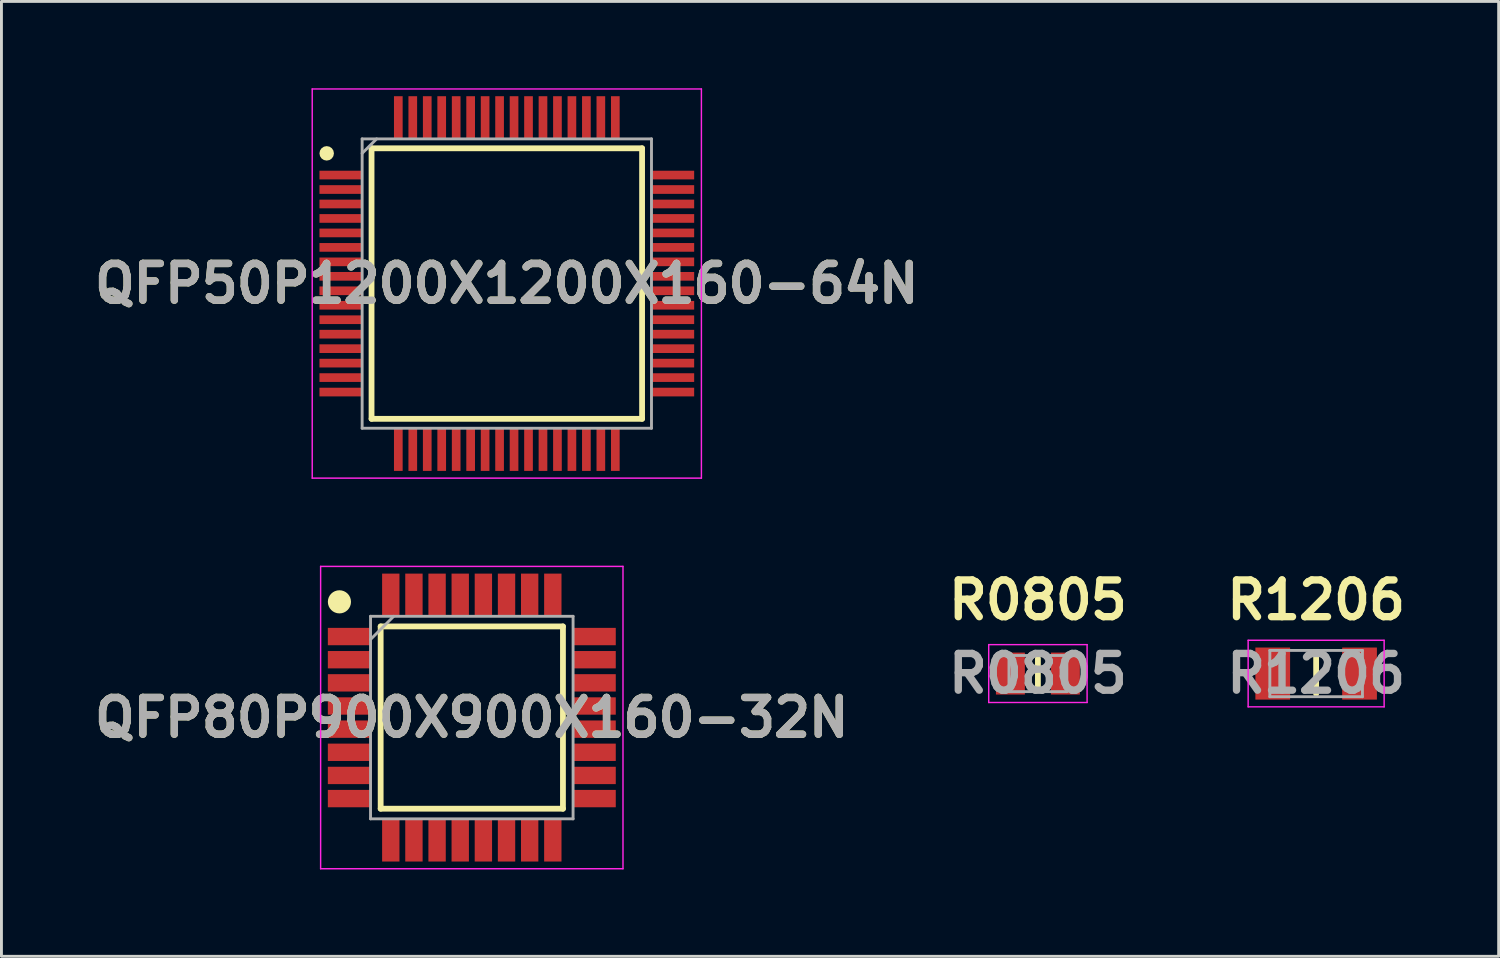
<source format=kicad_pcb>
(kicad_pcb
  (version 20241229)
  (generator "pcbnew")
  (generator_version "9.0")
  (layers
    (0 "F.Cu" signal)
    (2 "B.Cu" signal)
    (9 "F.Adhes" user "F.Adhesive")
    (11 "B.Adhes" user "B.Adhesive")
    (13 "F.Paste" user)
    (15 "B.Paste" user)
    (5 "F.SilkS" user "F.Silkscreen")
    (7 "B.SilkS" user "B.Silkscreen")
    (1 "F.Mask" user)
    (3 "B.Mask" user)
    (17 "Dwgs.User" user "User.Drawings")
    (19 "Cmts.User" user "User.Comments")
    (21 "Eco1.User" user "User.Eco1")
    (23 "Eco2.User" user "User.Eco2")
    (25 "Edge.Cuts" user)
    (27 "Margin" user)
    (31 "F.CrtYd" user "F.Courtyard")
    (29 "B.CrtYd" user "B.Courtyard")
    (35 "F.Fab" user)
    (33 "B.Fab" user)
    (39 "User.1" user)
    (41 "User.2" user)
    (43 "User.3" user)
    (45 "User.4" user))
  (footprint "R1206"
    (layer "F.Cu")
    (at 42.437 20.229)
    (property "Reference" "R1206" (at 0 -2.54 0) (layer "F.SilkS") (effects (font (size 1.27 1.27) (thickness 0.254))))
    (attr smd)
    (fp_line (start 0 -0.7) (end 0 0.7) (stroke (width 0.2) (type solid)) (layer "F.SilkS"))
    (fp_line (start -2.35 -1.15) (end 2.35 -1.15) (stroke (width 0.05) (type solid)) (layer "F.CrtYd"))
    (fp_line (start -2.35 1.15) (end -2.35 -1.15) (stroke (width 0.05) (type solid)) (layer "F.CrtYd"))
    (fp_line (start 2.35 -1.15) (end 2.35 1.15) (stroke (width 0.05) (type solid)) (layer "F.CrtYd"))
    (fp_line (start 2.35 1.15) (end -2.35 1.15) (stroke (width 0.05) (type solid)) (layer "F.CrtYd"))
    (fp_line (start -1.6 -0.8) (end 1.6 -0.8) (stroke (width 0.1) (type solid)) (layer "F.Fab"))
    (fp_line (start -1.6 0.8) (end -1.6 -0.8) (stroke (width 0.1) (type solid)) (layer "F.Fab"))
    (fp_line (start 1.6 -0.8) (end 1.6 0.8) (stroke (width 0.1) (type solid)) (layer "F.Fab"))
    (fp_line (start 1.6 0.8) (end -1.6 0.8) (stroke (width 0.1) (type solid)) (layer "F.Fab"))
    (fp_text user "${REFERENCE}" (at 0 0 0) (layer "F.Fab") (effects (font (size 1.27 1.27) (thickness 0.254))))
    (pad "1" smd rect (at -1.5 0) (size 1.2 1.8) (layers "F.Cu" "F.Mask" "F.Paste"))
    (pad "2" smd rect (at 1.5 0) (size 1.2 1.8) (layers "F.Cu" "F.Mask" "F.Paste")))
  (footprint "R0805"
    (layer "F.Cu")
    (at 32.821 20.229)
    (property "Reference" "R0805" (at 0 -2.54 0) (layer "F.SilkS") (effects (font (size 1.27 1.27) (thickness 0.254))))
    (attr smd)
    (fp_line (start 0 -0.525) (end 0 0.525) (stroke (width 0.2) (type solid)) (layer "F.SilkS"))
    (fp_line (start -1.7 -1) (end 1.7 -1) (stroke (width 0.05) (type solid)) (layer "F.CrtYd"))
    (fp_line (start -1.7 1) (end -1.7 -1) (stroke (width 0.05) (type solid)) (layer "F.CrtYd"))
    (fp_line (start 1.7 -1) (end 1.7 1) (stroke (width 0.05) (type solid)) (layer "F.CrtYd"))
    (fp_line (start 1.7 1) (end -1.7 1) (stroke (width 0.05) (type solid)) (layer "F.CrtYd"))
    (fp_line (start -1 -0.625) (end 1 -0.625) (stroke (width 0.1) (type solid)) (layer "F.Fab"))
    (fp_line (start -1 0.625) (end -1 -0.625) (stroke (width 0.1) (type solid)) (layer "F.Fab"))
    (fp_line (start 1 -0.625) (end 1 0.625) (stroke (width 0.1) (type solid)) (layer "F.Fab"))
    (fp_line (start 1 0.625) (end -1 0.625) (stroke (width 0.1) (type solid)) (layer "F.Fab"))
    (fp_text user "${REFERENCE}" (at 0 0 0) (layer "F.Fab") (effects (font (size 1.27 1.27) (thickness 0.254))))
    (pad "1" smd rect (at -0.95 0) (size 1 1.45) (layers "F.Cu" "F.Mask" "F.Paste"))
    (pad "2" smd rect (at 0.95 0) (size 1 1.45) (layers "F.Cu" "F.Mask" "F.Paste")))
  (footprint "QFP50P1200X1200X160-64N"
    (layer "F.Cu")
    (at 14.466 6.75)
    (property "Reference" "QFP50P1200X1200X160-64N" (at 0 0 0) (layer "F.SilkS") (effects (font (size 1.27 1.27) (thickness 0.254))))
    (attr smd)
    (fp_line (start -4.675 -4.675) (end 4.675 -4.675) (stroke (width 0.2) (type solid)) (layer "F.SilkS"))
    (fp_line (start -4.675 4.675) (end -4.675 -4.675) (stroke (width 0.2) (type solid)) (layer "F.SilkS"))
    (fp_line (start 4.675 -4.675) (end 4.675 4.675) (stroke (width 0.2) (type solid)) (layer "F.SilkS"))
    (fp_line (start 4.675 4.675) (end -4.675 4.675) (stroke (width 0.2) (type solid)) (layer "F.SilkS"))
    (fp_circle (center -6.225 -4.5) (end -6.225 -4.375) (stroke (width 0.25) (type solid)) (fill no) (layer "F.SilkS"))
    (fp_line (start -6.725 -6.725) (end 6.725 -6.725) (stroke (width 0.05) (type solid)) (layer "F.CrtYd"))
    (fp_line (start -6.725 6.725) (end -6.725 -6.725) (stroke (width 0.05) (type solid)) (layer "F.CrtYd"))
    (fp_line (start 6.725 -6.725) (end 6.725 6.725) (stroke (width 0.05) (type solid)) (layer "F.CrtYd"))
    (fp_line (start 6.725 6.725) (end -6.725 6.725) (stroke (width 0.05) (type solid)) (layer "F.CrtYd"))
    (fp_line (start -5 -5) (end 5 -5) (stroke (width 0.1) (type solid)) (layer "F.Fab"))
    (fp_line (start -5 -4.5) (end -4.5 -5) (stroke (width 0.1) (type solid)) (layer "F.Fab"))
    (fp_line (start -5 5) (end -5 -5) (stroke (width 0.1) (type solid)) (layer "F.Fab"))
    (fp_line (start 5 -5) (end 5 5) (stroke (width 0.1) (type solid)) (layer "F.Fab"))
    (fp_line (start 5 5) (end -5 5) (stroke (width 0.1) (type solid)) (layer "F.Fab"))
    (fp_text user "${REFERENCE}" (at 0 0 0) (layer "F.Fab") (effects (font (size 1.27 1.27) (thickness 0.254))))
    (pad "1" smd rect (at -5.75 -3.75 90) (size 0.3 1.45) (layers "F.Cu" "F.Mask" "F.Paste"))
    (pad "2" smd rect (at -5.75 -3.25 90) (size 0.3 1.45) (layers "F.Cu" "F.Mask" "F.Paste"))
    (pad "3" smd rect (at -5.75 -2.75 90) (size 0.3 1.45) (layers "F.Cu" "F.Mask" "F.Paste"))
    (pad "4" smd rect (at -5.75 -2.25 90) (size 0.3 1.45) (layers "F.Cu" "F.Mask" "F.Paste"))
    (pad "5" smd rect (at -5.75 -1.75 90) (size 0.3 1.45) (layers "F.Cu" "F.Mask" "F.Paste"))
    (pad "6" smd rect (at -5.75 -1.25 90) (size 0.3 1.45) (layers "F.Cu" "F.Mask" "F.Paste"))
    (pad "7" smd rect (at -5.75 -0.75 90) (size 0.3 1.45) (layers "F.Cu" "F.Mask" "F.Paste"))
    (pad "8" smd rect (at -5.75 -0.25 90) (size 0.3 1.45) (layers "F.Cu" "F.Mask" "F.Paste"))
    (pad "9" smd rect (at -5.75 0.25 90) (size 0.3 1.45) (layers "F.Cu" "F.Mask" "F.Paste"))
    (pad "10" smd rect (at -5.75 0.75 90) (size 0.3 1.45) (layers "F.Cu" "F.Mask" "F.Paste"))
    (pad "11" smd rect (at -5.75 1.25 90) (size 0.3 1.45) (layers "F.Cu" "F.Mask" "F.Paste"))
    (pad "12" smd rect (at -5.75 1.75 90) (size 0.3 1.45) (layers "F.Cu" "F.Mask" "F.Paste"))
    (pad "13" smd rect (at -5.75 2.25 90) (size 0.3 1.45) (layers "F.Cu" "F.Mask" "F.Paste"))
    (pad "14" smd rect (at -5.75 2.75 90) (size 0.3 1.45) (layers "F.Cu" "F.Mask" "F.Paste"))
    (pad "15" smd rect (at -5.75 3.25 90) (size 0.3 1.45) (layers "F.Cu" "F.Mask" "F.Paste"))
    (pad "16" smd rect (at -5.75 3.75 90) (size 0.3 1.45) (layers "F.Cu" "F.Mask" "F.Paste"))
    (pad "17" smd rect (at -3.75 5.75) (size 0.3 1.45) (layers "F.Cu" "F.Mask" "F.Paste"))
    (pad "18" smd rect (at -3.25 5.75) (size 0.3 1.45) (layers "F.Cu" "F.Mask" "F.Paste"))
    (pad "19" smd rect (at -2.75 5.75) (size 0.3 1.45) (layers "F.Cu" "F.Mask" "F.Paste"))
    (pad "20" smd rect (at -2.25 5.75) (size 0.3 1.45) (layers "F.Cu" "F.Mask" "F.Paste"))
    (pad "21" smd rect (at -1.75 5.75) (size 0.3 1.45) (layers "F.Cu" "F.Mask" "F.Paste"))
    (pad "22" smd rect (at -1.25 5.75) (size 0.3 1.45) (layers "F.Cu" "F.Mask" "F.Paste"))
    (pad "23" smd rect (at -0.75 5.75) (size 0.3 1.45) (layers "F.Cu" "F.Mask" "F.Paste"))
    (pad "24" smd rect (at -0.25 5.75) (size 0.3 1.45) (layers "F.Cu" "F.Mask" "F.Paste"))
    (pad "25" smd rect (at 0.25 5.75) (size 0.3 1.45) (layers "F.Cu" "F.Mask" "F.Paste"))
    (pad "26" smd rect (at 0.75 5.75) (size 0.3 1.45) (layers "F.Cu" "F.Mask" "F.Paste"))
    (pad "27" smd rect (at 1.25 5.75) (size 0.3 1.45) (layers "F.Cu" "F.Mask" "F.Paste"))
    (pad "28" smd rect (at 1.75 5.75) (size 0.3 1.45) (layers "F.Cu" "F.Mask" "F.Paste"))
    (pad "29" smd rect (at 2.25 5.75) (size 0.3 1.45) (layers "F.Cu" "F.Mask" "F.Paste"))
    (pad "30" smd rect (at 2.75 5.75) (size 0.3 1.45) (layers "F.Cu" "F.Mask" "F.Paste"))
    (pad "31" smd rect (at 3.25 5.75) (size 0.3 1.45) (layers "F.Cu" "F.Mask" "F.Paste"))
    (pad "32" smd rect (at 3.75 5.75) (size 0.3 1.45) (layers "F.Cu" "F.Mask" "F.Paste"))
    (pad "33" smd rect (at 5.75 3.75 90) (size 0.3 1.45) (layers "F.Cu" "F.Mask" "F.Paste"))
    (pad "34" smd rect (at 5.75 3.25 90) (size 0.3 1.45) (layers "F.Cu" "F.Mask" "F.Paste"))
    (pad "35" smd rect (at 5.75 2.75 90) (size 0.3 1.45) (layers "F.Cu" "F.Mask" "F.Paste"))
    (pad "36" smd rect (at 5.75 2.25 90) (size 0.3 1.45) (layers "F.Cu" "F.Mask" "F.Paste"))
    (pad "37" smd rect (at 5.75 1.75 90) (size 0.3 1.45) (layers "F.Cu" "F.Mask" "F.Paste"))
    (pad "38" smd rect (at 5.75 1.25 90) (size 0.3 1.45) (layers "F.Cu" "F.Mask" "F.Paste"))
    (pad "39" smd rect (at 5.75 0.75 90) (size 0.3 1.45) (layers "F.Cu" "F.Mask" "F.Paste"))
    (pad "40" smd rect (at 5.75 0.25 90) (size 0.3 1.45) (layers "F.Cu" "F.Mask" "F.Paste"))
    (pad "41" smd rect (at 5.75 -0.25 90) (size 0.3 1.45) (layers "F.Cu" "F.Mask" "F.Paste"))
    (pad "42" smd rect (at 5.75 -0.75 90) (size 0.3 1.45) (layers "F.Cu" "F.Mask" "F.Paste"))
    (pad "43" smd rect (at 5.75 -1.25 90) (size 0.3 1.45) (layers "F.Cu" "F.Mask" "F.Paste"))
    (pad "44" smd rect (at 5.75 -1.75 90) (size 0.3 1.45) (layers "F.Cu" "F.Mask" "F.Paste"))
    (pad "45" smd rect (at 5.75 -2.25 90) (size 0.3 1.45) (layers "F.Cu" "F.Mask" "F.Paste"))
    (pad "46" smd rect (at 5.75 -2.75 90) (size 0.3 1.45) (layers "F.Cu" "F.Mask" "F.Paste"))
    (pad "47" smd rect (at 5.75 -3.25 90) (size 0.3 1.45) (layers "F.Cu" "F.Mask" "F.Paste"))
    (pad "48" smd rect (at 5.75 -3.75 90) (size 0.3 1.45) (layers "F.Cu" "F.Mask" "F.Paste"))
    (pad "49" smd rect (at 3.75 -5.75) (size 0.3 1.45) (layers "F.Cu" "F.Mask" "F.Paste"))
    (pad "50" smd rect (at 3.25 -5.75) (size 0.3 1.45) (layers "F.Cu" "F.Mask" "F.Paste"))
    (pad "51" smd rect (at 2.75 -5.75) (size 0.3 1.45) (layers "F.Cu" "F.Mask" "F.Paste"))
    (pad "52" smd rect (at 2.25 -5.75) (size 0.3 1.45) (layers "F.Cu" "F.Mask" "F.Paste"))
    (pad "53" smd rect (at 1.75 -5.75) (size 0.3 1.45) (layers "F.Cu" "F.Mask" "F.Paste"))
    (pad "54" smd rect (at 1.25 -5.75) (size 0.3 1.45) (layers "F.Cu" "F.Mask" "F.Paste"))
    (pad "55" smd rect (at 0.75 -5.75) (size 0.3 1.45) (layers "F.Cu" "F.Mask" "F.Paste"))
    (pad "56" smd rect (at 0.25 -5.75) (size 0.3 1.45) (layers "F.Cu" "F.Mask" "F.Paste"))
    (pad "57" smd rect (at -0.25 -5.75) (size 0.3 1.45) (layers "F.Cu" "F.Mask" "F.Paste"))
    (pad "58" smd rect (at -0.75 -5.75) (size 0.3 1.45) (layers "F.Cu" "F.Mask" "F.Paste"))
    (pad "59" smd rect (at -1.25 -5.75) (size 0.3 1.45) (layers "F.Cu" "F.Mask" "F.Paste"))
    (pad "60" smd rect (at -1.75 -5.75) (size 0.3 1.45) (layers "F.Cu" "F.Mask" "F.Paste"))
    (pad "61" smd rect (at -2.25 -5.75) (size 0.3 1.45) (layers "F.Cu" "F.Mask" "F.Paste"))
    (pad "62" smd rect (at -2.75 -5.75) (size 0.3 1.45) (layers "F.Cu" "F.Mask" "F.Paste"))
    (pad "63" smd rect (at -3.25 -5.75) (size 0.3 1.45) (layers "F.Cu" "F.Mask" "F.Paste"))
    (pad "64" smd rect (at -3.75 -5.75) (size 0.3 1.45) (layers "F.Cu" "F.Mask" "F.Paste")))
  (footprint "QFP80P900X900X160-32N"
    (layer "F.Cu")
    (at 13.256 21.75)
    (property "Reference" "QFP80P900X900X160-32N" (at 0 0 0) (layer "F.SilkS") (effects (font (size 1.27 1.27) (thickness 0.254))))
    (attr smd)
    (fp_line (start -3.15 -3.15) (end 3.15 -3.15) (stroke (width 0.2) (type solid)) (layer "F.SilkS"))
    (fp_line (start -3.15 3.15) (end -3.15 -3.15) (stroke (width 0.2) (type solid)) (layer "F.SilkS"))
    (fp_line (start 3.15 -3.15) (end 3.15 3.15) (stroke (width 0.2) (type solid)) (layer "F.SilkS"))
    (fp_line (start 3.15 3.15) (end -3.15 3.15) (stroke (width 0.2) (type solid)) (layer "F.SilkS"))
    (fp_circle (center -4.575 -4) (end -4.575 -3.8) (stroke (width 0.4) (type solid)) (fill no) (layer "F.SilkS"))
    (fp_line (start -5.225 -5.225) (end 5.225 -5.225) (stroke (width 0.05) (type solid)) (layer "F.CrtYd"))
    (fp_line (start -5.225 5.225) (end -5.225 -5.225) (stroke (width 0.05) (type solid)) (layer "F.CrtYd"))
    (fp_line (start 5.225 -5.225) (end 5.225 5.225) (stroke (width 0.05) (type solid)) (layer "F.CrtYd"))
    (fp_line (start 5.225 5.225) (end -5.225 5.225) (stroke (width 0.05) (type solid)) (layer "F.CrtYd"))
    (fp_line (start -3.5 -3.5) (end 3.5 -3.5) (stroke (width 0.1) (type solid)) (layer "F.Fab"))
    (fp_line (start -3.5 -2.7) (end -2.7 -3.5) (stroke (width 0.1) (type solid)) (layer "F.Fab"))
    (fp_line (start -3.5 3.5) (end -3.5 -3.5) (stroke (width 0.1) (type solid)) (layer "F.Fab"))
    (fp_line (start 3.5 -3.5) (end 3.5 3.5) (stroke (width 0.1) (type solid)) (layer "F.Fab"))
    (fp_line (start 3.5 3.5) (end -3.5 3.5) (stroke (width 0.1) (type solid)) (layer "F.Fab"))
    (fp_text user "${REFERENCE}" (at 0 0 0) (layer "F.Fab") (effects (font (size 1.27 1.27) (thickness 0.254))))
    (pad "1" smd rect (at -4.238 -2.8 90) (size 0.6 1.475) (layers "F.Cu" "F.Mask" "F.Paste"))
    (pad "2" smd rect (at -4.238 -2 90) (size 0.6 1.475) (layers "F.Cu" "F.Mask" "F.Paste"))
    (pad "3" smd rect (at -4.238 -1.2 90) (size 0.6 1.475) (layers "F.Cu" "F.Mask" "F.Paste"))
    (pad "4" smd rect (at -4.238 -0.4 90) (size 0.6 1.475) (layers "F.Cu" "F.Mask" "F.Paste"))
    (pad "5" smd rect (at -4.238 0.4 90) (size 0.6 1.475) (layers "F.Cu" "F.Mask" "F.Paste"))
    (pad "6" smd rect (at -4.238 1.2 90) (size 0.6 1.475) (layers "F.Cu" "F.Mask" "F.Paste"))
    (pad "7" smd rect (at -4.238 2 90) (size 0.6 1.475) (layers "F.Cu" "F.Mask" "F.Paste"))
    (pad "8" smd rect (at -4.238 2.8 90) (size 0.6 1.475) (layers "F.Cu" "F.Mask" "F.Paste"))
    (pad "9" smd rect (at -2.8 4.238) (size 0.6 1.475) (layers "F.Cu" "F.Mask" "F.Paste"))
    (pad "10" smd rect (at -2 4.238) (size 0.6 1.475) (layers "F.Cu" "F.Mask" "F.Paste"))
    (pad "11" smd rect (at -1.2 4.238) (size 0.6 1.475) (layers "F.Cu" "F.Mask" "F.Paste"))
    (pad "12" smd rect (at -0.4 4.238) (size 0.6 1.475) (layers "F.Cu" "F.Mask" "F.Paste"))
    (pad "13" smd rect (at 0.4 4.238) (size 0.6 1.475) (layers "F.Cu" "F.Mask" "F.Paste"))
    (pad "14" smd rect (at 1.2 4.238) (size 0.6 1.475) (layers "F.Cu" "F.Mask" "F.Paste"))
    (pad "15" smd rect (at 2 4.238) (size 0.6 1.475) (layers "F.Cu" "F.Mask" "F.Paste"))
    (pad "16" smd rect (at 2.8 4.238) (size 0.6 1.475) (layers "F.Cu" "F.Mask" "F.Paste"))
    (pad "17" smd rect (at 4.238 2.8 90) (size 0.6 1.475) (layers "F.Cu" "F.Mask" "F.Paste"))
    (pad "18" smd rect (at 4.238 2 90) (size 0.6 1.475) (layers "F.Cu" "F.Mask" "F.Paste"))
    (pad "19" smd rect (at 4.238 1.2 90) (size 0.6 1.475) (layers "F.Cu" "F.Mask" "F.Paste"))
    (pad "20" smd rect (at 4.238 0.4 90) (size 0.6 1.475) (layers "F.Cu" "F.Mask" "F.Paste"))
    (pad "21" smd rect (at 4.238 -0.4 90) (size 0.6 1.475) (layers "F.Cu" "F.Mask" "F.Paste"))
    (pad "22" smd rect (at 4.238 -1.2 90) (size 0.6 1.475) (layers "F.Cu" "F.Mask" "F.Paste"))
    (pad "23" smd rect (at 4.238 -2 90) (size 0.6 1.475) (layers "F.Cu" "F.Mask" "F.Paste"))
    (pad "24" smd rect (at 4.238 -2.8 90) (size 0.6 1.475) (layers "F.Cu" "F.Mask" "F.Paste"))
    (pad "25" smd rect (at 2.8 -4.238) (size 0.6 1.475) (layers "F.Cu" "F.Mask" "F.Paste"))
    (pad "26" smd rect (at 2 -4.238) (size 0.6 1.475) (layers "F.Cu" "F.Mask" "F.Paste"))
    (pad "27" smd rect (at 1.2 -4.238) (size 0.6 1.475) (layers "F.Cu" "F.Mask" "F.Paste"))
    (pad "28" smd rect (at 0.4 -4.238) (size 0.6 1.475) (layers "F.Cu" "F.Mask" "F.Paste"))
    (pad "29" smd rect (at -0.4 -4.238) (size 0.6 1.475) (layers "F.Cu" "F.Mask" "F.Paste"))
    (pad "30" smd rect (at -1.2 -4.238) (size 0.6 1.475) (layers "F.Cu" "F.Mask" "F.Paste"))
    (pad "31" smd rect (at -2 -4.238) (size 0.6 1.475) (layers "F.Cu" "F.Mask" "F.Paste"))
    (pad "32" smd rect (at -2.8 -4.238) (size 0.6 1.475) (layers "F.Cu" "F.Mask" "F.Paste")))
  (gr_rect
    (start -3 -3)
    (end 48.745 30)
    (stroke (width 0.1) (type default))
    (fill no)
    (layer "Edge.Cuts")))
</source>
